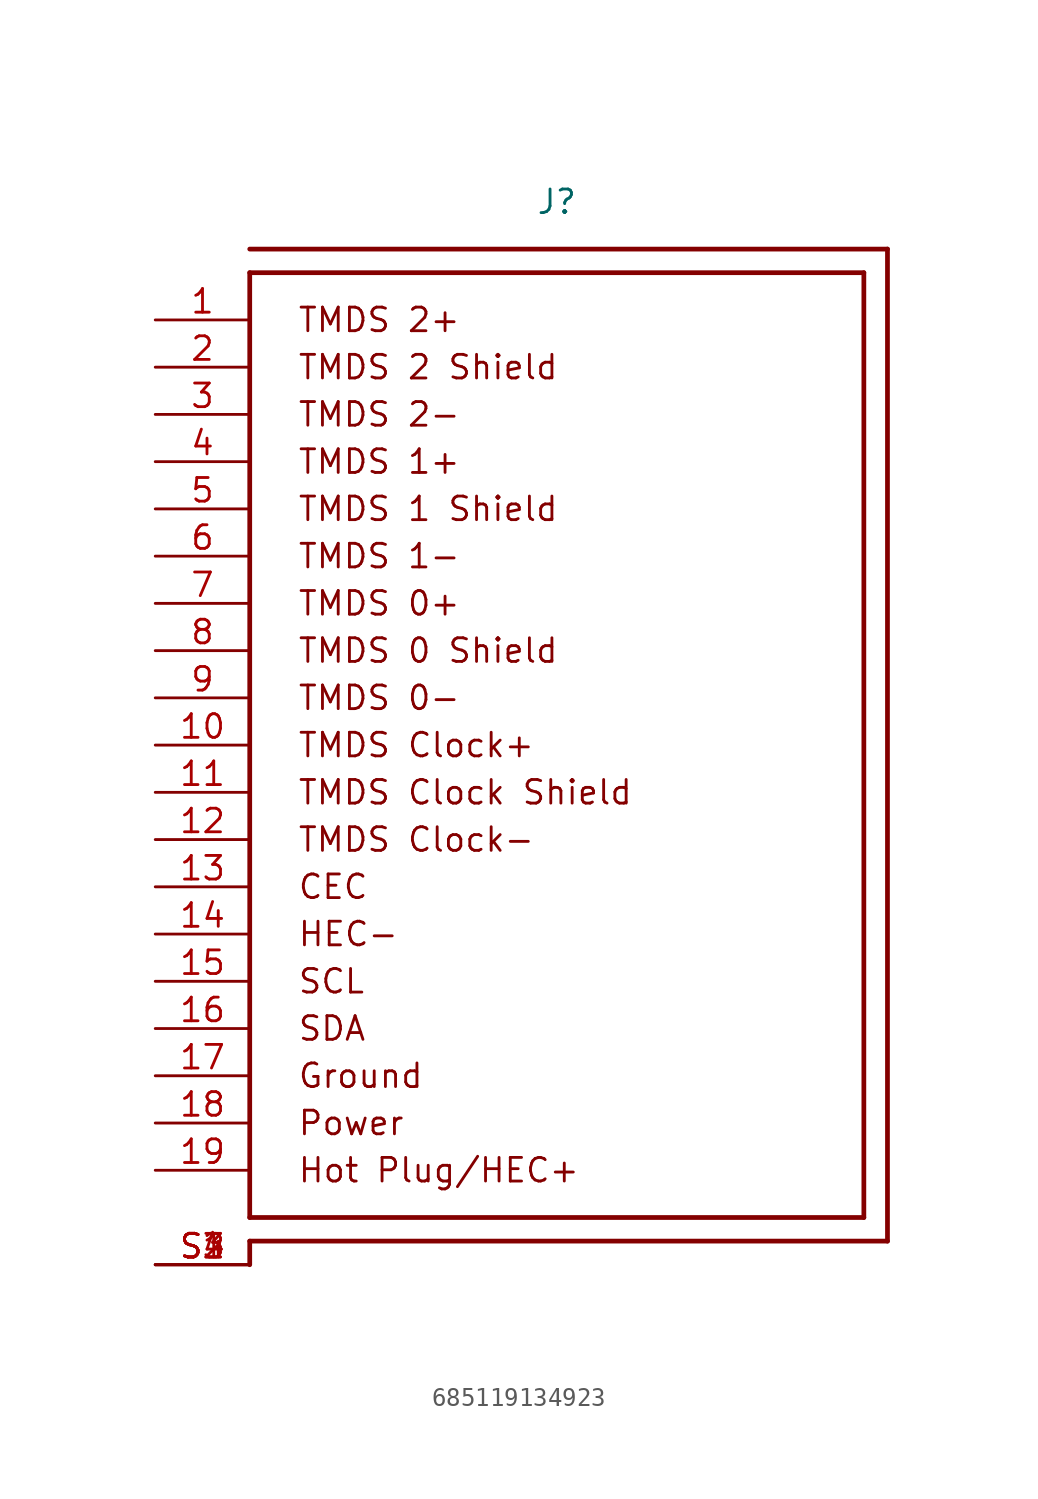
<source format=kicad_sym>
(kicad_symbol_lib
  (version 20241209)
  (generator "kicad_symbol_editor")
  (generator_version "9.0")
  (symbol "685119134923"
    (pin_names
      (hide yes))
    (property "Reference" "J"
      (at 0 29.21 0)
      (effects (font (size 1.27 1.27))))
    (symbol "685119134923_1_0"
      (polyline (pts (xy -16.51 26.67) (xy 17.78 26.67)) (stroke (width 0.254) (type solid)) (fill (type none)))
      (polyline (pts (xy -16.51 25.4) (xy -16.51 -25.4)) (stroke (width 0.254) (type solid)) (fill (type none)))
      (polyline (pts (xy -16.51 -25.4) (xy 16.51 -25.4)) (stroke (width 0.254) (type solid)) (fill (type none)))
      (polyline (pts (xy -16.51 -26.67) (xy -16.51 -27.94)) (stroke (width 0.254) (type solid)) (fill (type none)))
      (polyline (pts (xy 16.51 25.4) (xy -16.51 25.4)) (stroke (width 0.254) (type solid)) (fill (type none)))
      (polyline (pts (xy 16.51 -25.4) (xy 16.51 25.4)) (stroke (width 0.254) (type solid)) (fill (type none)))
      (polyline (pts (xy 17.78 26.67) (xy 17.78 -26.67)) (stroke (width 0.254) (type solid)) (fill (type none)))
      (polyline (pts (xy 17.78 -26.67) (xy -16.51 -26.67)) (stroke (width 0.254) (type solid)) (fill (type none)))
      (text "TMDS 2+" (at -13.97 22.86 0) (effects (font (size 1.27 1.27)) (justify left)))
      (text "TMDS 2 Shield" (at -13.97 20.32 0) (effects (font (size 1.27 1.27)) (justify left)))
      (text "TMDS 2-" (at -13.97 17.78 0) (effects (font (size 1.27 1.27)) (justify left)))
      (text "TMDS 1+" (at -13.97 15.24 0) (effects (font (size 1.27 1.27)) (justify left)))
      (text "TMDS 1 Shield" (at -13.97 12.7 0) (effects (font (size 1.27 1.27)) (justify left)))
      (text "TMDS 1-" (at -13.97 10.16 0) (effects (font (size 1.27 1.27)) (justify left)))
      (text "TMDS 0+" (at -13.97 7.62 0) (effects (font (size 1.27 1.27)) (justify left)))
      (text "TMDS 0 Shield" (at -13.97 5.08 0) (effects (font (size 1.27 1.27)) (justify left)))
      (text "TMDS 0-" (at -13.97 2.54 0) (effects (font (size 1.27 1.27)) (justify left)))
      (text "TMDS Clock+" (at -13.97 0 0) (effects (font (size 1.27 1.27)) (justify left)))
      (text "TMDS Clock Shield" (at -13.97 -2.54 0) (effects (font (size 1.27 1.27)) (justify left)))
      (text "TMDS Clock-" (at -13.97 -5.08 0) (effects (font (size 1.27 1.27)) (justify left)))
      (text "CEC" (at -13.97 -7.62 0) (effects (font (size 1.27 1.27)) (justify left)))
      (text "HEC-" (at -13.97 -10.16 0) (effects (font (size 1.27 1.27)) (justify left)))
      (text "SCL" (at -13.97 -12.7 0) (effects (font (size 1.27 1.27)) (justify left)))
      (text "SDA" (at -13.97 -15.24 0) (effects (font (size 1.27 1.27)) (justify left)))
      (text "Ground" (at -13.97 -17.78 0) (effects (font (size 1.27 1.27)) (justify left)))
      (text "Power" (at -13.97 -20.32 0) (effects (font (size 1.27 1.27)) (justify left)))
      (text "Hot Plug/HEC+" (at -13.97 -22.86 0) (effects (font (size 1.27 1.27)) (justify left)))
      (pin passive line (at -21.59 22.86 0) (length 5.08) (name "TMDS2+" (effects (font (size 1.27 1.27)))) (number "1" (effects (font (size 1.27 1.27)))))
      (pin passive line (at -21.59 20.32 0) (length 5.08) (name "TMDS2SHIELD" (effects (font (size 1.27 1.27)))) (number "2" (effects (font (size 1.27 1.27)))))
      (pin passive line (at -21.59 17.78 0) (length 5.08) (name "TMDS2-" (effects (font (size 1.27 1.27)))) (number "3" (effects (font (size 1.27 1.27)))))
      (pin passive line (at -21.59 15.24 0) (length 5.08) (name "TMDS1+" (effects (font (size 1.27 1.27)))) (number "4" (effects (font (size 1.27 1.27)))))
      (pin passive line (at -21.59 12.7 0) (length 5.08) (name "TMDS1SHIELD" (effects (font (size 1.27 1.27)))) (number "5" (effects (font (size 1.27 1.27)))))
      (pin passive line (at -21.59 10.16 0) (length 5.08) (name "TMDS1-" (effects (font (size 1.27 1.27)))) (number "6" (effects (font (size 1.27 1.27)))))
      (pin passive line (at -21.59 7.62 0) (length 5.08) (name "TMDS0+" (effects (font (size 1.27 1.27)))) (number "7" (effects (font (size 1.27 1.27)))))
      (pin passive line (at -21.59 5.08 0) (length 5.08) (name "TMDS0SHIELD" (effects (font (size 1.27 1.27)))) (number "8" (effects (font (size 1.27 1.27)))))
      (pin passive line (at -21.59 2.54 0) (length 5.08) (name "TMDS0-" (effects (font (size 1.27 1.27)))) (number "9" (effects (font (size 1.27 1.27)))))
      (pin passive line (at -21.59 0 0) (length 5.08) (name "TMDSCLOCK+" (effects (font (size 1.27 1.27)))) (number "10" (effects (font (size 1.27 1.27)))))
      (pin passive line (at -21.59 -2.54 0) (length 5.08) (name "TMDSCLOCKSHIELD" (effects (font (size 1.27 1.27)))) (number "11" (effects (font (size 1.27 1.27)))))
      (pin passive line (at -21.59 -5.08 0) (length 5.08) (name "TMDSCLOCK-" (effects (font (size 1.27 1.27)))) (number "12" (effects (font (size 1.27 1.27)))))
      (pin passive line (at -21.59 -7.62 0) (length 5.08) (name "CEC" (effects (font (size 1.27 1.27)))) (number "13" (effects (font (size 1.27 1.27)))))
      (pin passive line (at -21.59 -10.16 0) (length 5.08) (name "HEC-" (effects (font (size 1.27 1.27)))) (number "14" (effects (font (size 1.27 1.27)))))
      (pin passive line (at -21.59 -12.7 0) (length 5.08) (name "SCL" (effects (font (size 1.27 1.27)))) (number "15" (effects (font (size 1.27 1.27)))))
      (pin passive line (at -21.59 -15.24 0) (length 5.08) (name "SDA" (effects (font (size 1.27 1.27)))) (number "16" (effects (font (size 1.27 1.27)))))
      (pin passive line (at -21.59 -17.78 0) (length 5.08) (name "GROUND" (effects (font (size 1.27 1.27)))) (number "17" (effects (font (size 1.27 1.27)))))
      (pin power_in line (at -21.59 -20.32 0) (length 5.08) (name "POWER" (effects (font (size 1.27 1.27)))) (number "18" (effects (font (size 1.27 1.27)))))
      (pin passive line (at -21.59 -22.86 0) (length 5.08) (name "HOTPLUG/HEC+" (effects (font (size 1.27 1.27)))) (number "19" (effects (font (size 1.27 1.27)))))
      (pin passive line (at -21.59 -27.94 0) (length 5.08) (name "SHIELD" (effects (font (size 1.27 1.27)))) (number "S1" (effects (font (size 1.27 1.27)))))
      (pin passive line (at -21.59 -27.94 0) (length 5.08) (name "SHIELD" (effects (font (size 1.27 1.27)))) (number "S2" (effects (font (size 1.27 1.27)))))
      (pin passive line (at -21.59 -27.94 0) (length 5.08) (name "SHIELD" (effects (font (size 1.27 1.27)))) (number "S3" (effects (font (size 1.27 1.27)))))
      (pin passive line (at -21.59 -27.94 0) (length 5.08) (name "SHIELD" (effects (font (size 1.27 1.27)))) (number "S4" (effects (font (size 1.27 1.27))))))))
</source>
